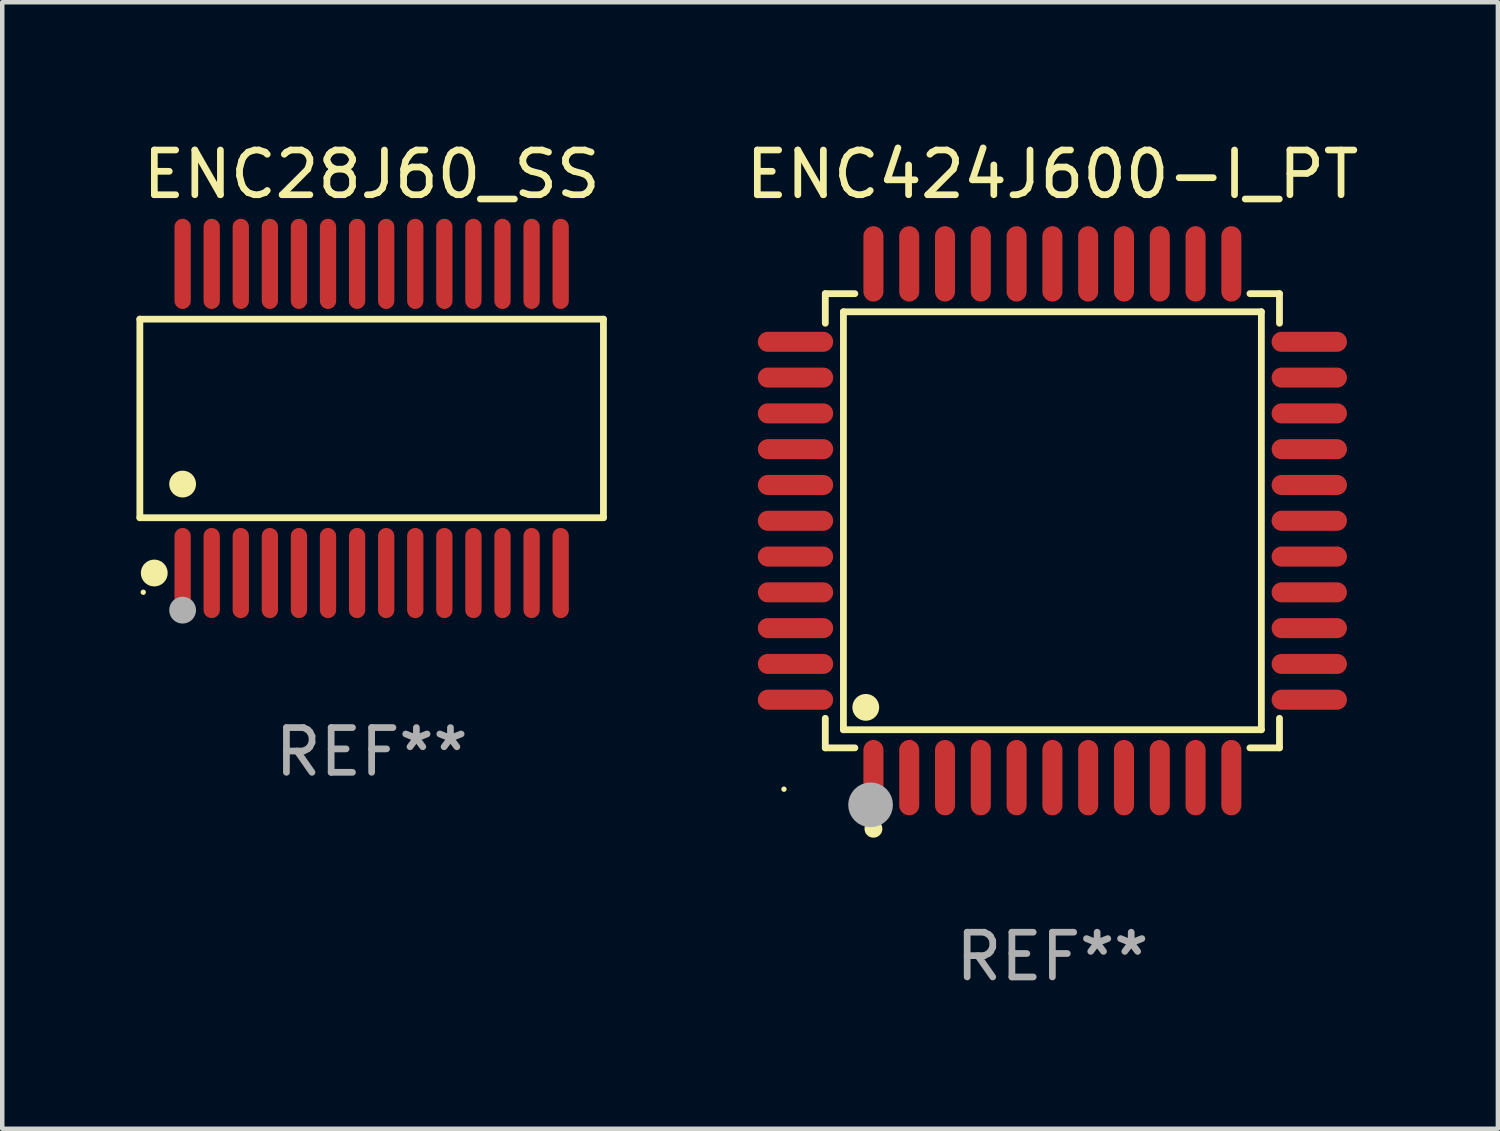
<source format=kicad_pcb>
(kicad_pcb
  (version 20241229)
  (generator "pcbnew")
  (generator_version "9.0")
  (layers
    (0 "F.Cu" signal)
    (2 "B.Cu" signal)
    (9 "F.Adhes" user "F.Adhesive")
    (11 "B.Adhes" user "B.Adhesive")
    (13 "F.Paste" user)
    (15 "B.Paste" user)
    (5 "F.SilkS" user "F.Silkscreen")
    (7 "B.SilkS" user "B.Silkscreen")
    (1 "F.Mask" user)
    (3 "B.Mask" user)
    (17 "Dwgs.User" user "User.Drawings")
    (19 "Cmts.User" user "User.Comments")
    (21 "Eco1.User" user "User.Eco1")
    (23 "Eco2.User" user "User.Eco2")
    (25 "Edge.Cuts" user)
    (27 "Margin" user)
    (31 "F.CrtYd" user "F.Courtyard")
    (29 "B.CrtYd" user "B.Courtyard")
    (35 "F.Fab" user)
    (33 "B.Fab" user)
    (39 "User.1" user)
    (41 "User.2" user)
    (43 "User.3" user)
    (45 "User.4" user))
  (footprint "ENC424J600-I_PT"
    (layer "F.Cu")
    (at 20.473 8.59)
    (property "Reference" "ENC424J600-I_PT" (at 0 -7.742 0) (layer "F.SilkS") (effects (font (size 1 1) (thickness 0.15))))
    (attr through_hole)
    (fp_line (start -5.076 -5.076) (end -4.415 -5.076) (stroke (width 0.152) (type solid)) (layer "F.SilkS"))
    (fp_line (start -5.076 -4.415) (end -5.076 -5.076) (stroke (width 0.152) (type solid)) (layer "F.SilkS"))
    (fp_line (start -5.076 4.415) (end -5.076 5.076) (stroke (width 0.152) (type solid)) (layer "F.SilkS"))
    (fp_line (start -5.076 5.076) (end -4.415 5.076) (stroke (width 0.152) (type solid)) (layer "F.SilkS"))
    (fp_line (start -4.671 -4.671) (end 4.671 -4.671) (stroke (width 0.152) (type solid)) (layer "F.SilkS"))
    (fp_line (start -4.671 4.671) (end -4.671 -4.671) (stroke (width 0.152) (type solid)) (layer "F.SilkS"))
    (fp_line (start 4.671 -4.671) (end 4.671 4.671) (stroke (width 0.152) (type solid)) (layer "F.SilkS"))
    (fp_line (start 4.671 4.671) (end -4.671 4.671) (stroke (width 0.152) (type solid)) (layer "F.SilkS"))
    (fp_line (start 5.076 -5.076) (end 4.415 -5.076) (stroke (width 0.152) (type solid)) (layer "F.SilkS"))
    (fp_line (start 5.076 -4.415) (end 5.076 -5.076) (stroke (width 0.152) (type solid)) (layer "F.SilkS"))
    (fp_line (start 5.076 4.415) (end 5.076 5.076) (stroke (width 0.152) (type solid)) (layer "F.SilkS"))
    (fp_line (start 5.076 5.076) (end 4.415 5.076) (stroke (width 0.152) (type solid)) (layer "F.SilkS"))
    (fp_circle (center -6 6) (end -5.97 6) (stroke (width 0.06) (type solid)) (fill no) (layer "F.SilkS"))
    (fp_circle (center -4.171 4.171) (end -4.021 4.171) (stroke (width 0.3) (type solid)) (fill no) (layer "F.SilkS"))
    (fp_circle (center -4 6.884) (end -3.9 6.884) (stroke (width 0.2) (type solid)) (fill no) (layer "F.SilkS"))
    (fp_circle (center -4.064 6.35) (end -3.814 6.35) (stroke (width 0.5) (type solid)) (fill no) (layer "F.Fab"))
    (fp_text user "REF**" (at 0 9.742 0) (layer "F.Fab") (effects (font (size 1 1) (thickness 0.15))))
    (pad "1" smd oval (at -4 5.742) (size 0.448 1.684) (layers "F.Cu" "F.Mask" "F.Paste"))
    (pad "2" smd oval (at -3.2 5.742) (size 0.448 1.684) (layers "F.Cu" "F.Mask" "F.Paste"))
    (pad "3" smd oval (at -2.4 5.742) (size 0.448 1.684) (layers "F.Cu" "F.Mask" "F.Paste"))
    (pad "4" smd oval (at -1.6 5.742) (size 0.448 1.684) (layers "F.Cu" "F.Mask" "F.Paste"))
    (pad "5" smd oval (at -0.8 5.742) (size 0.448 1.684) (layers "F.Cu" "F.Mask" "F.Paste"))
    (pad "6" smd oval (at 0 5.742) (size 0.448 1.684) (layers "F.Cu" "F.Mask" "F.Paste"))
    (pad "7" smd oval (at 0.8 5.742) (size 0.448 1.684) (layers "F.Cu" "F.Mask" "F.Paste"))
    (pad "8" smd oval (at 1.6 5.742) (size 0.448 1.684) (layers "F.Cu" "F.Mask" "F.Paste"))
    (pad "9" smd oval (at 2.4 5.742) (size 0.448 1.684) (layers "F.Cu" "F.Mask" "F.Paste"))
    (pad "10" smd oval (at 3.2 5.742) (size 0.448 1.684) (layers "F.Cu" "F.Mask" "F.Paste"))
    (pad "11" smd oval (at 4 5.742) (size 0.448 1.684) (layers "F.Cu" "F.Mask" "F.Paste"))
    (pad "12" smd oval (at 5.742 4) (size 1.684 0.448) (layers "F.Cu" "F.Mask" "F.Paste"))
    (pad "13" smd oval (at 5.742 3.2) (size 1.684 0.448) (layers "F.Cu" "F.Mask" "F.Paste"))
    (pad "14" smd oval (at 5.742 2.4) (size 1.684 0.448) (layers "F.Cu" "F.Mask" "F.Paste"))
    (pad "15" smd oval (at 5.742 1.6) (size 1.684 0.448) (layers "F.Cu" "F.Mask" "F.Paste"))
    (pad "16" smd oval (at 5.742 0.8) (size 1.684 0.448) (layers "F.Cu" "F.Mask" "F.Paste"))
    (pad "17" smd oval (at 5.742 0) (size 1.684 0.448) (layers "F.Cu" "F.Mask" "F.Paste"))
    (pad "18" smd oval (at 5.742 -0.8) (size 1.684 0.448) (layers "F.Cu" "F.Mask" "F.Paste"))
    (pad "19" smd oval (at 5.742 -1.6) (size 1.684 0.448) (layers "F.Cu" "F.Mask" "F.Paste"))
    (pad "20" smd oval (at 5.742 -2.4) (size 1.684 0.448) (layers "F.Cu" "F.Mask" "F.Paste"))
    (pad "21" smd oval (at 5.742 -3.2) (size 1.684 0.448) (layers "F.Cu" "F.Mask" "F.Paste"))
    (pad "22" smd oval (at 5.742 -4) (size 1.684 0.448) (layers "F.Cu" "F.Mask" "F.Paste"))
    (pad "23" smd oval (at 4 -5.742) (size 0.448 1.684) (layers "F.Cu" "F.Mask" "F.Paste"))
    (pad "24" smd oval (at 3.2 -5.742) (size 0.448 1.684) (layers "F.Cu" "F.Mask" "F.Paste"))
    (pad "25" smd oval (at 2.4 -5.742) (size 0.448 1.684) (layers "F.Cu" "F.Mask" "F.Paste"))
    (pad "26" smd oval (at 1.6 -5.742) (size 0.448 1.684) (layers "F.Cu" "F.Mask" "F.Paste"))
    (pad "27" smd oval (at 0.8 -5.742) (size 0.448 1.684) (layers "F.Cu" "F.Mask" "F.Paste"))
    (pad "28" smd oval (at 0 -5.742) (size 0.448 1.684) (layers "F.Cu" "F.Mask" "F.Paste"))
    (pad "29" smd oval (at -0.8 -5.742) (size 0.448 1.684) (layers "F.Cu" "F.Mask" "F.Paste"))
    (pad "30" smd oval (at -1.6 -5.742) (size 0.448 1.684) (layers "F.Cu" "F.Mask" "F.Paste"))
    (pad "31" smd oval (at -2.4 -5.742) (size 0.448 1.684) (layers "F.Cu" "F.Mask" "F.Paste"))
    (pad "32" smd oval (at -3.2 -5.742) (size 0.448 1.684) (layers "F.Cu" "F.Mask" "F.Paste"))
    (pad "33" smd oval (at -4 -5.742) (size 0.448 1.684) (layers "F.Cu" "F.Mask" "F.Paste"))
    (pad "34" smd oval (at -5.742 -4) (size 1.684 0.448) (layers "F.Cu" "F.Mask" "F.Paste"))
    (pad "35" smd oval (at -5.742 -3.2) (size 1.684 0.448) (layers "F.Cu" "F.Mask" "F.Paste"))
    (pad "36" smd oval (at -5.742 -2.4) (size 1.684 0.448) (layers "F.Cu" "F.Mask" "F.Paste"))
    (pad "37" smd oval (at -5.742 -1.6) (size 1.684 0.448) (layers "F.Cu" "F.Mask" "F.Paste"))
    (pad "38" smd oval (at -5.742 -0.8) (size 1.684 0.448) (layers "F.Cu" "F.Mask" "F.Paste"))
    (pad "39" smd oval (at -5.742 0) (size 1.684 0.448) (layers "F.Cu" "F.Mask" "F.Paste"))
    (pad "40" smd oval (at -5.742 0.8) (size 1.684 0.448) (layers "F.Cu" "F.Mask" "F.Paste"))
    (pad "41" smd oval (at -5.742 1.6) (size 1.684 0.448) (layers "F.Cu" "F.Mask" "F.Paste"))
    (pad "42" smd oval (at -5.742 2.4) (size 1.684 0.448) (layers "F.Cu" "F.Mask" "F.Paste"))
    (pad "43" smd oval (at -5.742 3.2) (size 1.684 0.448) (layers "F.Cu" "F.Mask" "F.Paste"))
    (pad "44" smd oval (at -5.742 4) (size 1.684 0.448) (layers "F.Cu" "F.Mask" "F.Paste")))
  (footprint "ENC28J60_SS"
    (layer "F.Cu")
    (at 5.257 6.303)
    (property "Reference" "ENC28J60_SS" (at 0 -5.455 0) (layer "F.SilkS") (effects (font (size 1 1) (thickness 0.15))))
    (attr through_hole)
    (fp_line (start -5.181 -2.219) (end 5.181 -2.219) (stroke (width 0.152) (type solid)) (layer "F.SilkS"))
    (fp_line (start -5.181 2.219) (end -5.181 -2.219) (stroke (width 0.152) (type solid)) (layer "F.SilkS"))
    (fp_line (start 5.181 -2.219) (end 5.181 2.219) (stroke (width 0.152) (type solid)) (layer "F.SilkS"))
    (fp_line (start 5.181 2.219) (end -5.181 2.219) (stroke (width 0.152) (type solid)) (layer "F.SilkS"))
    (fp_circle (center -5.105 3.885) (end -5.075 3.885) (stroke (width 0.06) (type solid)) (fill no) (layer "F.SilkS"))
    (fp_circle (center -4.859 3.455) (end -4.709 3.455) (stroke (width 0.3) (type solid)) (fill no) (layer "F.SilkS"))
    (fp_circle (center -4.225 1.467) (end -4.075 1.467) (stroke (width 0.3) (type solid)) (fill no) (layer "F.SilkS"))
    (fp_circle (center -4.225 4.285) (end -4.075 4.285) (stroke (width 0.3) (type solid)) (fill no) (layer "F.Fab"))
    (fp_text user "REF**" (at 0 7.455 0) (layer "F.Fab") (effects (font (size 1 1) (thickness 0.15))))
    (pad "1" smd oval (at -4.225 3.455) (size 0.364 2.015) (layers "F.Cu" "F.Mask" "F.Paste"))
    (pad "2" smd oval (at -3.575 3.455) (size 0.364 2.015) (layers "F.Cu" "F.Mask" "F.Paste"))
    (pad "3" smd oval (at -2.925 3.455) (size 0.364 2.015) (layers "F.Cu" "F.Mask" "F.Paste"))
    (pad "4" smd oval (at -2.275 3.455) (size 0.364 2.015) (layers "F.Cu" "F.Mask" "F.Paste"))
    (pad "5" smd oval (at -1.625 3.455) (size 0.364 2.015) (layers "F.Cu" "F.Mask" "F.Paste"))
    (pad "6" smd oval (at -0.975 3.455) (size 0.364 2.015) (layers "F.Cu" "F.Mask" "F.Paste"))
    (pad "7" smd oval (at -0.325 3.455) (size 0.364 2.015) (layers "F.Cu" "F.Mask" "F.Paste"))
    (pad "8" smd oval (at 0.325 3.455) (size 0.364 2.015) (layers "F.Cu" "F.Mask" "F.Paste"))
    (pad "9" smd oval (at 0.975 3.455) (size 0.364 2.015) (layers "F.Cu" "F.Mask" "F.Paste"))
    (pad "10" smd oval (at 1.625 3.455) (size 0.364 2.015) (layers "F.Cu" "F.Mask" "F.Paste"))
    (pad "11" smd oval (at 2.275 3.455) (size 0.364 2.015) (layers "F.Cu" "F.Mask" "F.Paste"))
    (pad "12" smd oval (at 2.925 3.455) (size 0.364 2.015) (layers "F.Cu" "F.Mask" "F.Paste"))
    (pad "13" smd oval (at 3.575 3.455) (size 0.364 2.015) (layers "F.Cu" "F.Mask" "F.Paste"))
    (pad "14" smd oval (at 4.225 3.455) (size 0.364 2.015) (layers "F.Cu" "F.Mask" "F.Paste"))
    (pad "15" smd oval (at 4.225 -3.455) (size 0.364 2.015) (layers "F.Cu" "F.Mask" "F.Paste"))
    (pad "16" smd oval (at 3.575 -3.455) (size 0.364 2.015) (layers "F.Cu" "F.Mask" "F.Paste"))
    (pad "17" smd oval (at 2.925 -3.455) (size 0.364 2.015) (layers "F.Cu" "F.Mask" "F.Paste"))
    (pad "18" smd oval (at 2.275 -3.455) (size 0.364 2.015) (layers "F.Cu" "F.Mask" "F.Paste"))
    (pad "19" smd oval (at 1.625 -3.455) (size 0.364 2.015) (layers "F.Cu" "F.Mask" "F.Paste"))
    (pad "20" smd oval (at 0.975 -3.455) (size 0.364 2.015) (layers "F.Cu" "F.Mask" "F.Paste"))
    (pad "21" smd oval (at 0.325 -3.455) (size 0.364 2.015) (layers "F.Cu" "F.Mask" "F.Paste"))
    (pad "22" smd oval (at -0.325 -3.455) (size 0.364 2.015) (layers "F.Cu" "F.Mask" "F.Paste"))
    (pad "23" smd oval (at -0.975 -3.455) (size 0.364 2.015) (layers "F.Cu" "F.Mask" "F.Paste"))
    (pad "24" smd oval (at -1.625 -3.455) (size 0.364 2.015) (layers "F.Cu" "F.Mask" "F.Paste"))
    (pad "25" smd oval (at -2.275 -3.455) (size 0.364 2.015) (layers "F.Cu" "F.Mask" "F.Paste"))
    (pad "26" smd oval (at -2.925 -3.455) (size 0.364 2.015) (layers "F.Cu" "F.Mask" "F.Paste"))
    (pad "27" smd oval (at -3.575 -3.455) (size 0.364 2.015) (layers "F.Cu" "F.Mask" "F.Paste"))
    (pad "28" smd oval (at -4.225 -3.455) (size 0.364 2.015) (layers "F.Cu" "F.Mask" "F.Paste")))
  (gr_rect
    (start -3 -3)
    (end 30.431 22.18)
    (stroke (width 0.1) (type default))
    (fill no)
    (layer "Edge.Cuts")))
</source>
